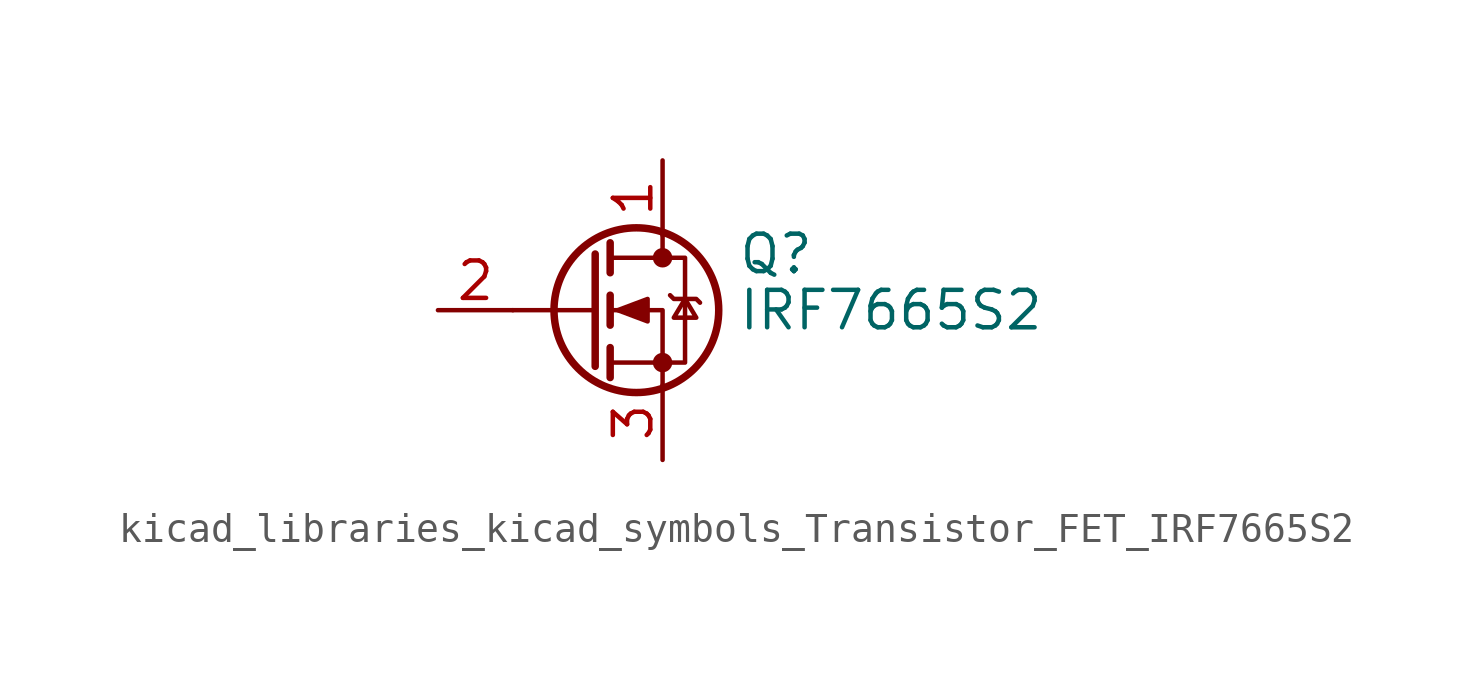
<source format=kicad_sym>
(kicad_symbol_lib
  (version 20220914)
  (generator kicad_symbol_editor)
  (symbol "kicad_libraries_kicad_symbols_Transistor_FET_IRF7665S2"
    (pin_names hide)
    (property "Reference" "Q"
      (at 5.08 1.905 0)
      (effects (font (size 1.27 1.27)) (justify left)))
    (property "Value" "IRF7665S2"
      (at 5.08 0 0)
      (effects (font (size 1.27 1.27)) (justify left)))
    (symbol "kicad_libraries_kicad_symbols_Transistor_FET_IRF7665S2_0_1"
      (polyline (pts (xy 0.254 0) (xy -2.54 0)) (stroke (width 0) (type default)) (fill (type none)))
      (polyline (pts (xy 0.254 1.905) (xy 0.254 -1.905)) (stroke (width 0.254) (type default)) (fill (type none)))
      (polyline (pts (xy 0.762 -1.27) (xy 0.762 -2.286)) (stroke (width 0.254) (type default)) (fill (type none)))
      (polyline (pts (xy 0.762 0.508) (xy 0.762 -0.508)) (stroke (width 0.254) (type default)) (fill (type none)))
      (polyline (pts (xy 0.762 2.286) (xy 0.762 1.27)) (stroke (width 0.254) (type default)) (fill (type none)))
      (polyline (pts (xy 2.54 2.54) (xy 2.54 1.778)) (stroke (width 0) (type default)) (fill (type none)))
      (polyline (pts (xy 2.54 -2.54) (xy 2.54 0) (xy 0.762 0)) (stroke (width 0) (type default)) (fill (type none)))
      (polyline (pts (xy 0.762 -1.778) (xy 3.302 -1.778) (xy 3.302 1.778) (xy 0.762 1.778)) (stroke (width 0) (type default)) (fill (type none)))
      (polyline (pts (xy 1.016 0) (xy 2.032 0.381) (xy 2.032 -0.381) (xy 1.016 0)) (stroke (width 0) (type default)) (fill (type outline)))
      (polyline (pts (xy 2.794 0.508) (xy 2.921 0.381) (xy 3.683 0.381) (xy 3.81 0.254)) (stroke (width 0) (type default)) (fill (type none)))
      (polyline (pts (xy 3.302 0.381) (xy 2.921 -0.254) (xy 3.683 -0.254) (xy 3.302 0.381)) (stroke (width 0) (type default)) (fill (type none)))
      (circle (center 1.651 0) (radius 2.794) (stroke (width 0.254) (type default)) (fill (type none)))
      (circle (center 2.54 -1.778) (radius 0.254) (stroke (width 0) (type default)) (fill (type outline)))
      (circle (center 2.54 1.778) (radius 0.254) (stroke (width 0) (type default)) (fill (type outline))))
    (symbol "kicad_libraries_kicad_symbols_Transistor_FET_IRF7665S2_1_1"
      (pin passive line (at 2.54 5.08 270) (length 2.54) (name "D" (effects (font (size 1.27 1.27)))) (number "1" (effects (font (size 1.27 1.27)))))
      (pin input line (at -5.08 0 0) (length 2.54) (name "G" (effects (font (size 1.27 1.27)))) (number "2" (effects (font (size 1.27 1.27)))))
      (pin passive line (at 2.54 -5.08 90) (length 2.54) (name "S" (effects (font (size 1.27 1.27)))) (number "3" (effects (font (size 1.27 1.27))))))))
</source>
